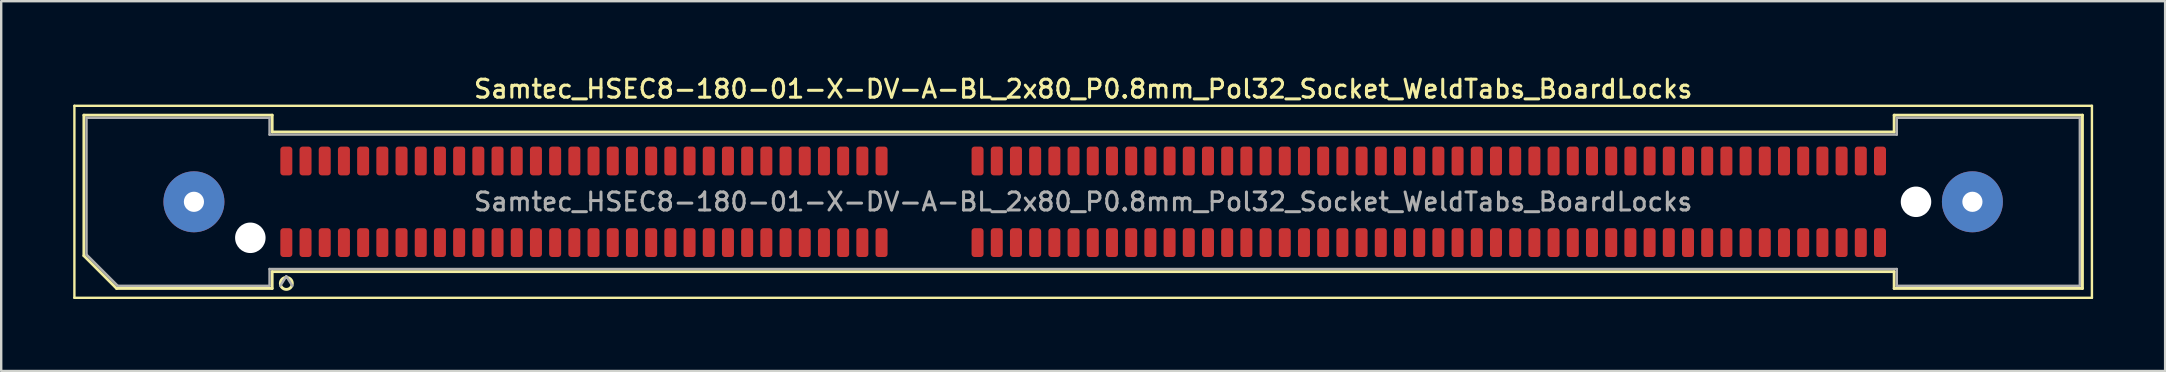
<source format=kicad_pcb>
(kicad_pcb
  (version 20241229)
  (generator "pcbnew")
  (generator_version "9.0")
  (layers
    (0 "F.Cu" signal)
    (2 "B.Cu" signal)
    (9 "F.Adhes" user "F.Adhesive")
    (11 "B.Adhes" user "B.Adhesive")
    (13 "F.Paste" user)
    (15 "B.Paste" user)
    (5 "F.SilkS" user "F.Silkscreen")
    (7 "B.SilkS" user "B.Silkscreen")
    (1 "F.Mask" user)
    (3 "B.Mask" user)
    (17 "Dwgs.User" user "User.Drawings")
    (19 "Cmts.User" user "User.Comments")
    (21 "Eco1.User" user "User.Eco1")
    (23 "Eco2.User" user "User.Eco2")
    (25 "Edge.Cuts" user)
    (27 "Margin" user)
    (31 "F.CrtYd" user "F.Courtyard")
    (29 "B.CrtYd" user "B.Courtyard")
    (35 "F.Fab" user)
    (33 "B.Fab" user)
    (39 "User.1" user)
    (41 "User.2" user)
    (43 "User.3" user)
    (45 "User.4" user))
  (footprint "Samtec_HSEC8-180-01-X-DV-A-BL_2x80_P0.8mm_Pol32_Socket_WeldTabs_BoardLocks"
    (layer "F.Cu")
    (at 42.08 5.358)
    (property "Reference" "Samtec_HSEC8-180-01-X-DV-A-BL_2x80_P0.8mm_Pol32_Socket_WeldTabs_BoardLocks" (at 0 -4.7 0) (layer "F.SilkS") (effects (font (size 0.75 0.75) (thickness 0.125))))
    (attr smd)
    (fp_line (start -42.03 -4) (end -42.03 4) (stroke (width 0.1) (type solid)) (layer "F.SilkS"))
    (fp_line (start -42.03 4) (end 42.03 4) (stroke (width 0.1) (type solid)) (layer "F.SilkS"))
    (fp_line (start -41.635 -3.61) (end -33.79 -3.61) (stroke (width 0.12) (type solid)) (layer "F.SilkS"))
    (fp_line (start -41.635 2.246) (end -41.635 -3.61) (stroke (width 0.12) (type solid)) (layer "F.SilkS"))
    (fp_line (start -40.271 3.61) (end -41.635 2.246) (stroke (width 0.12) (type solid)) (layer "F.SilkS"))
    (fp_line (start -33.79 -3.61) (end -33.79 -2.91) (stroke (width 0.12) (type solid)) (layer "F.SilkS"))
    (fp_line (start -33.79 -2.91) (end 33.79 -2.91) (stroke (width 0.12) (type solid)) (layer "F.SilkS"))
    (fp_line (start -33.79 2.91) (end -33.79 3.61) (stroke (width 0.12) (type solid)) (layer "F.SilkS"))
    (fp_line (start -33.79 3.61) (end -40.271 3.61) (stroke (width 0.12) (type solid)) (layer "F.SilkS"))
    (fp_line (start 33.79 -3.61) (end 41.635 -3.61) (stroke (width 0.12) (type solid)) (layer "F.SilkS"))
    (fp_line (start 33.79 -2.91) (end 33.79 -3.61) (stroke (width 0.12) (type solid)) (layer "F.SilkS"))
    (fp_line (start 33.79 2.91) (end -33.79 2.91) (stroke (width 0.12) (type solid)) (layer "F.SilkS"))
    (fp_line (start 33.79 3.61) (end 33.79 2.91) (stroke (width 0.12) (type solid)) (layer "F.SilkS"))
    (fp_line (start 41.635 -3.61) (end 41.635 3.61) (stroke (width 0.12) (type solid)) (layer "F.SilkS"))
    (fp_line (start 41.635 3.61) (end 33.79 3.61) (stroke (width 0.12) (type solid)) (layer "F.SilkS"))
    (fp_line (start 42.03 -4) (end -42.03 -4) (stroke (width 0.1) (type solid)) (layer "F.SilkS"))
    (fp_line (start 42.03 4) (end 42.03 -4) (stroke (width 0.1) (type solid)) (layer "F.SilkS"))
    (fp_circle (center -33.2 3.4) (end -32.95 3.4) (stroke (width 0.12) (type solid)) (fill no) (layer "F.SilkS"))
    (fp_line (start -41.525 -3.5) (end -33.9 -3.5) (stroke (width 0.1) (type solid)) (layer "F.Fab"))
    (fp_line (start -41.525 2.2) (end -41.525 -3.5) (stroke (width 0.1) (type solid)) (layer "F.Fab"))
    (fp_line (start -40.225 3.5) (end -41.525 2.2) (stroke (width 0.1) (type solid)) (layer "F.Fab"))
    (fp_line (start -33.9 -3.5) (end -33.9 -2.8) (stroke (width 0.1) (type solid)) (layer "F.Fab"))
    (fp_line (start -33.9 -2.8) (end 33.9 -2.8) (stroke (width 0.1) (type solid)) (layer "F.Fab"))
    (fp_line (start -33.9 2.8) (end -33.9 3.5) (stroke (width 0.1) (type solid)) (layer "F.Fab"))
    (fp_line (start -33.9 3.5) (end -40.225 3.5) (stroke (width 0.1) (type solid)) (layer "F.Fab"))
    (fp_line (start -33.2 3.1) (end -33.45 3.5) (stroke (width 0.1) (type solid)) (layer "F.Fab"))
    (fp_line (start -33.2 3.1) (end -32.95 3.5) (stroke (width 0.1) (type solid)) (layer "F.Fab"))
    (fp_line (start 33.9 -3.5) (end 41.525 -3.5) (stroke (width 0.1) (type solid)) (layer "F.Fab"))
    (fp_line (start 33.9 -2.8) (end 33.9 -3.5) (stroke (width 0.1) (type solid)) (layer "F.Fab"))
    (fp_line (start 33.9 2.8) (end -33.9 2.8) (stroke (width 0.1) (type solid)) (layer "F.Fab"))
    (fp_line (start 33.9 3.5) (end 33.9 2.8) (stroke (width 0.1) (type solid)) (layer "F.Fab"))
    (fp_line (start 41.525 -3.5) (end 41.525 3.5) (stroke (width 0.1) (type solid)) (layer "F.Fab"))
    (fp_line (start 41.525 3.5) (end 33.9 3.5) (stroke (width 0.1) (type solid)) (layer "F.Fab"))
    (fp_text user "${REFERENCE}" (at 0 0 0) (layer "F.Fab") (effects (font (size 0.75 0.75) (thickness 0.125))))
    (pad "" thru_hole circle (at -37.05 0) (size 2.54 2.54) (drill 0.84) (layers "*.Cu" "*.Mask" "F.Paste"))
    (pad "" np_thru_hole circle (at -34.7 1.5) (size 1.27 1.27) (drill 1.27) (layers "*.Cu" "*.Mask"))
    (pad "" np_thru_hole circle (at 34.7 0) (size 1.27 1.27) (drill 1.27) (layers "*.Cu" "*.Mask"))
    (pad "" thru_hole circle (at 37.05 0) (size 2.54 2.54) (drill 0.84) (layers "*.Cu" "*.Mask" "F.Paste"))
    (pad "1" smd roundrect (at -33.2 1.7) (size 0.5 1.2) (layers "F.Cu" "F.Mask" "F.Paste") (roundrect_rratio 0.25))
    (pad "2" smd roundrect (at -33.2 -1.7) (size 0.5 1.2) (layers "F.Cu" "F.Mask" "F.Paste") (roundrect_rratio 0.25))
    (pad "3" smd roundrect (at -32.4 1.7) (size 0.5 1.2) (layers "F.Cu" "F.Mask" "F.Paste") (roundrect_rratio 0.25))
    (pad "4" smd roundrect (at -32.4 -1.7) (size 0.5 1.2) (layers "F.Cu" "F.Mask" "F.Paste") (roundrect_rratio 0.25))
    (pad "5" smd roundrect (at -31.6 1.7) (size 0.5 1.2) (layers "F.Cu" "F.Mask" "F.Paste") (roundrect_rratio 0.25))
    (pad "6" smd roundrect (at -31.6 -1.7) (size 0.5 1.2) (layers "F.Cu" "F.Mask" "F.Paste") (roundrect_rratio 0.25))
    (pad "7" smd roundrect (at -30.8 1.7) (size 0.5 1.2) (layers "F.Cu" "F.Mask" "F.Paste") (roundrect_rratio 0.25))
    (pad "8" smd roundrect (at -30.8 -1.7) (size 0.5 1.2) (layers "F.Cu" "F.Mask" "F.Paste") (roundrect_rratio 0.25))
    (pad "9" smd roundrect (at -30 1.7) (size 0.5 1.2) (layers "F.Cu" "F.Mask" "F.Paste") (roundrect_rratio 0.25))
    (pad "10" smd roundrect (at -30 -1.7) (size 0.5 1.2) (layers "F.Cu" "F.Mask" "F.Paste") (roundrect_rratio 0.25))
    (pad "11" smd roundrect (at -29.2 1.7) (size 0.5 1.2) (layers "F.Cu" "F.Mask" "F.Paste") (roundrect_rratio 0.25))
    (pad "12" smd roundrect (at -29.2 -1.7) (size 0.5 1.2) (layers "F.Cu" "F.Mask" "F.Paste") (roundrect_rratio 0.25))
    (pad "13" smd roundrect (at -28.4 1.7) (size 0.5 1.2) (layers "F.Cu" "F.Mask" "F.Paste") (roundrect_rratio 0.25))
    (pad "14" smd roundrect (at -28.4 -1.7) (size 0.5 1.2) (layers "F.Cu" "F.Mask" "F.Paste") (roundrect_rratio 0.25))
    (pad "15" smd roundrect (at -27.6 1.7) (size 0.5 1.2) (layers "F.Cu" "F.Mask" "F.Paste") (roundrect_rratio 0.25))
    (pad "16" smd roundrect (at -27.6 -1.7) (size 0.5 1.2) (layers "F.Cu" "F.Mask" "F.Paste") (roundrect_rratio 0.25))
    (pad "17" smd roundrect (at -26.8 1.7) (size 0.5 1.2) (layers "F.Cu" "F.Mask" "F.Paste") (roundrect_rratio 0.25))
    (pad "18" smd roundrect (at -26.8 -1.7) (size 0.5 1.2) (layers "F.Cu" "F.Mask" "F.Paste") (roundrect_rratio 0.25))
    (pad "19" smd roundrect (at -26 1.7) (size 0.5 1.2) (layers "F.Cu" "F.Mask" "F.Paste") (roundrect_rratio 0.25))
    (pad "20" smd roundrect (at -26 -1.7) (size 0.5 1.2) (layers "F.Cu" "F.Mask" "F.Paste") (roundrect_rratio 0.25))
    (pad "21" smd roundrect (at -25.2 1.7) (size 0.5 1.2) (layers "F.Cu" "F.Mask" "F.Paste") (roundrect_rratio 0.25))
    (pad "22" smd roundrect (at -25.2 -1.7) (size 0.5 1.2) (layers "F.Cu" "F.Mask" "F.Paste") (roundrect_rratio 0.25))
    (pad "23" smd roundrect (at -24.4 1.7) (size 0.5 1.2) (layers "F.Cu" "F.Mask" "F.Paste") (roundrect_rratio 0.25))
    (pad "24" smd roundrect (at -24.4 -1.7) (size 0.5 1.2) (layers "F.Cu" "F.Mask" "F.Paste") (roundrect_rratio 0.25))
    (pad "25" smd roundrect (at -23.6 1.7) (size 0.5 1.2) (layers "F.Cu" "F.Mask" "F.Paste") (roundrect_rratio 0.25))
    (pad "26" smd roundrect (at -23.6 -1.7) (size 0.5 1.2) (layers "F.Cu" "F.Mask" "F.Paste") (roundrect_rratio 0.25))
    (pad "27" smd roundrect (at -22.8 1.7) (size 0.5 1.2) (layers "F.Cu" "F.Mask" "F.Paste") (roundrect_rratio 0.25))
    (pad "28" smd roundrect (at -22.8 -1.7) (size 0.5 1.2) (layers "F.Cu" "F.Mask" "F.Paste") (roundrect_rratio 0.25))
    (pad "29" smd roundrect (at -22 1.7) (size 0.5 1.2) (layers "F.Cu" "F.Mask" "F.Paste") (roundrect_rratio 0.25))
    (pad "30" smd roundrect (at -22 -1.7) (size 0.5 1.2) (layers "F.Cu" "F.Mask" "F.Paste") (roundrect_rratio 0.25))
    (pad "31" smd roundrect (at -21.2 1.7) (size 0.5 1.2) (layers "F.Cu" "F.Mask" "F.Paste") (roundrect_rratio 0.25))
    (pad "32" smd roundrect (at -21.2 -1.7) (size 0.5 1.2) (layers "F.Cu" "F.Mask" "F.Paste") (roundrect_rratio 0.25))
    (pad "33" smd roundrect (at -20.4 1.7) (size 0.5 1.2) (layers "F.Cu" "F.Mask" "F.Paste") (roundrect_rratio 0.25))
    (pad "34" smd roundrect (at -20.4 -1.7) (size 0.5 1.2) (layers "F.Cu" "F.Mask" "F.Paste") (roundrect_rratio 0.25))
    (pad "35" smd roundrect (at -19.6 1.7) (size 0.5 1.2) (layers "F.Cu" "F.Mask" "F.Paste") (roundrect_rratio 0.25))
    (pad "36" smd roundrect (at -19.6 -1.7) (size 0.5 1.2) (layers "F.Cu" "F.Mask" "F.Paste") (roundrect_rratio 0.25))
    (pad "37" smd roundrect (at -18.8 1.7) (size 0.5 1.2) (layers "F.Cu" "F.Mask" "F.Paste") (roundrect_rratio 0.25))
    (pad "38" smd roundrect (at -18.8 -1.7) (size 0.5 1.2) (layers "F.Cu" "F.Mask" "F.Paste") (roundrect_rratio 0.25))
    (pad "39" smd roundrect (at -18 1.7) (size 0.5 1.2) (layers "F.Cu" "F.Mask" "F.Paste") (roundrect_rratio 0.25))
    (pad "40" smd roundrect (at -18 -1.7) (size 0.5 1.2) (layers "F.Cu" "F.Mask" "F.Paste") (roundrect_rratio 0.25))
    (pad "41" smd roundrect (at -17.2 1.7) (size 0.5 1.2) (layers "F.Cu" "F.Mask" "F.Paste") (roundrect_rratio 0.25))
    (pad "42" smd roundrect (at -17.2 -1.7) (size 0.5 1.2) (layers "F.Cu" "F.Mask" "F.Paste") (roundrect_rratio 0.25))
    (pad "43" smd roundrect (at -16.4 1.7) (size 0.5 1.2) (layers "F.Cu" "F.Mask" "F.Paste") (roundrect_rratio 0.25))
    (pad "44" smd roundrect (at -16.4 -1.7) (size 0.5 1.2) (layers "F.Cu" "F.Mask" "F.Paste") (roundrect_rratio 0.25))
    (pad "45" smd roundrect (at -15.6 1.7) (size 0.5 1.2) (layers "F.Cu" "F.Mask" "F.Paste") (roundrect_rratio 0.25))
    (pad "46" smd roundrect (at -15.6 -1.7) (size 0.5 1.2) (layers "F.Cu" "F.Mask" "F.Paste") (roundrect_rratio 0.25))
    (pad "47" smd roundrect (at -14.8 1.7) (size 0.5 1.2) (layers "F.Cu" "F.Mask" "F.Paste") (roundrect_rratio 0.25))
    (pad "48" smd roundrect (at -14.8 -1.7) (size 0.5 1.2) (layers "F.Cu" "F.Mask" "F.Paste") (roundrect_rratio 0.25))
    (pad "49" smd roundrect (at -14 1.7) (size 0.5 1.2) (layers "F.Cu" "F.Mask" "F.Paste") (roundrect_rratio 0.25))
    (pad "50" smd roundrect (at -14 -1.7) (size 0.5 1.2) (layers "F.Cu" "F.Mask" "F.Paste") (roundrect_rratio 0.25))
    (pad "51" smd roundrect (at -13.2 1.7) (size 0.5 1.2) (layers "F.Cu" "F.Mask" "F.Paste") (roundrect_rratio 0.25))
    (pad "52" smd roundrect (at -13.2 -1.7) (size 0.5 1.2) (layers "F.Cu" "F.Mask" "F.Paste") (roundrect_rratio 0.25))
    (pad "53" smd roundrect (at -12.4 1.7) (size 0.5 1.2) (layers "F.Cu" "F.Mask" "F.Paste") (roundrect_rratio 0.25))
    (pad "54" smd roundrect (at -12.4 -1.7) (size 0.5 1.2) (layers "F.Cu" "F.Mask" "F.Paste") (roundrect_rratio 0.25))
    (pad "55" smd roundrect (at -11.6 1.7) (size 0.5 1.2) (layers "F.Cu" "F.Mask" "F.Paste") (roundrect_rratio 0.25))
    (pad "56" smd roundrect (at -11.6 -1.7) (size 0.5 1.2) (layers "F.Cu" "F.Mask" "F.Paste") (roundrect_rratio 0.25))
    (pad "57" smd roundrect (at -10.8 1.7) (size 0.5 1.2) (layers "F.Cu" "F.Mask" "F.Paste") (roundrect_rratio 0.25))
    (pad "58" smd roundrect (at -10.8 -1.7) (size 0.5 1.2) (layers "F.Cu" "F.Mask" "F.Paste") (roundrect_rratio 0.25))
    (pad "59" smd roundrect (at -10 1.7) (size 0.5 1.2) (layers "F.Cu" "F.Mask" "F.Paste") (roundrect_rratio 0.25))
    (pad "60" smd roundrect (at -10 -1.7) (size 0.5 1.2) (layers "F.Cu" "F.Mask" "F.Paste") (roundrect_rratio 0.25))
    (pad "61" smd roundrect (at -9.2 1.7) (size 0.5 1.2) (layers "F.Cu" "F.Mask" "F.Paste") (roundrect_rratio 0.25))
    (pad "62" smd roundrect (at -9.2 -1.7) (size 0.5 1.2) (layers "F.Cu" "F.Mask" "F.Paste") (roundrect_rratio 0.25))
    (pad "63" smd roundrect (at -8.4 1.7) (size 0.5 1.2) (layers "F.Cu" "F.Mask" "F.Paste") (roundrect_rratio 0.25))
    (pad "64" smd roundrect (at -8.4 -1.7) (size 0.5 1.2) (layers "F.Cu" "F.Mask" "F.Paste") (roundrect_rratio 0.25))
    (pad "65" smd roundrect (at -4.4 1.7) (size 0.5 1.2) (layers "F.Cu" "F.Mask" "F.Paste") (roundrect_rratio 0.25))
    (pad "66" smd roundrect (at -4.4 -1.7) (size 0.5 1.2) (layers "F.Cu" "F.Mask" "F.Paste") (roundrect_rratio 0.25))
    (pad "67" smd roundrect (at -3.6 1.7) (size 0.5 1.2) (layers "F.Cu" "F.Mask" "F.Paste") (roundrect_rratio 0.25))
    (pad "68" smd roundrect (at -3.6 -1.7) (size 0.5 1.2) (layers "F.Cu" "F.Mask" "F.Paste") (roundrect_rratio 0.25))
    (pad "69" smd roundrect (at -2.8 1.7) (size 0.5 1.2) (layers "F.Cu" "F.Mask" "F.Paste") (roundrect_rratio 0.25))
    (pad "70" smd roundrect (at -2.8 -1.7) (size 0.5 1.2) (layers "F.Cu" "F.Mask" "F.Paste") (roundrect_rratio 0.25))
    (pad "71" smd roundrect (at -2 1.7) (size 0.5 1.2) (layers "F.Cu" "F.Mask" "F.Paste") (roundrect_rratio 0.25))
    (pad "72" smd roundrect (at -2 -1.7) (size 0.5 1.2) (layers "F.Cu" "F.Mask" "F.Paste") (roundrect_rratio 0.25))
    (pad "73" smd roundrect (at -1.2 1.7) (size 0.5 1.2) (layers "F.Cu" "F.Mask" "F.Paste") (roundrect_rratio 0.25))
    (pad "74" smd roundrect (at -1.2 -1.7) (size 0.5 1.2) (layers "F.Cu" "F.Mask" "F.Paste") (roundrect_rratio 0.25))
    (pad "75" smd roundrect (at -0.4 1.7) (size 0.5 1.2) (layers "F.Cu" "F.Mask" "F.Paste") (roundrect_rratio 0.25))
    (pad "76" smd roundrect (at -0.4 -1.7) (size 0.5 1.2) (layers "F.Cu" "F.Mask" "F.Paste") (roundrect_rratio 0.25))
    (pad "77" smd roundrect (at 0.4 1.7) (size 0.5 1.2) (layers "F.Cu" "F.Mask" "F.Paste") (roundrect_rratio 0.25))
    (pad "78" smd roundrect (at 0.4 -1.7) (size 0.5 1.2) (layers "F.Cu" "F.Mask" "F.Paste") (roundrect_rratio 0.25))
    (pad "79" smd roundrect (at 1.2 1.7) (size 0.5 1.2) (layers "F.Cu" "F.Mask" "F.Paste") (roundrect_rratio 0.25))
    (pad "80" smd roundrect (at 1.2 -1.7) (size 0.5 1.2) (layers "F.Cu" "F.Mask" "F.Paste") (roundrect_rratio 0.25))
    (pad "81" smd roundrect (at 2 1.7) (size 0.5 1.2) (layers "F.Cu" "F.Mask" "F.Paste") (roundrect_rratio 0.25))
    (pad "82" smd roundrect (at 2 -1.7) (size 0.5 1.2) (layers "F.Cu" "F.Mask" "F.Paste") (roundrect_rratio 0.25))
    (pad "83" smd roundrect (at 2.8 1.7) (size 0.5 1.2) (layers "F.Cu" "F.Mask" "F.Paste") (roundrect_rratio 0.25))
    (pad "84" smd roundrect (at 2.8 -1.7) (size 0.5 1.2) (layers "F.Cu" "F.Mask" "F.Paste") (roundrect_rratio 0.25))
    (pad "85" smd roundrect (at 3.6 1.7) (size 0.5 1.2) (layers "F.Cu" "F.Mask" "F.Paste") (roundrect_rratio 0.25))
    (pad "86" smd roundrect (at 3.6 -1.7) (size 0.5 1.2) (layers "F.Cu" "F.Mask" "F.Paste") (roundrect_rratio 0.25))
    (pad "87" smd roundrect (at 4.4 1.7) (size 0.5 1.2) (layers "F.Cu" "F.Mask" "F.Paste") (roundrect_rratio 0.25))
    (pad "88" smd roundrect (at 4.4 -1.7) (size 0.5 1.2) (layers "F.Cu" "F.Mask" "F.Paste") (roundrect_rratio 0.25))
    (pad "89" smd roundrect (at 5.2 1.7) (size 0.5 1.2) (layers "F.Cu" "F.Mask" "F.Paste") (roundrect_rratio 0.25))
    (pad "90" smd roundrect (at 5.2 -1.7) (size 0.5 1.2) (layers "F.Cu" "F.Mask" "F.Paste") (roundrect_rratio 0.25))
    (pad "91" smd roundrect (at 6 1.7) (size 0.5 1.2) (layers "F.Cu" "F.Mask" "F.Paste") (roundrect_rratio 0.25))
    (pad "92" smd roundrect (at 6 -1.7) (size 0.5 1.2) (layers "F.Cu" "F.Mask" "F.Paste") (roundrect_rratio 0.25))
    (pad "93" smd roundrect (at 6.8 1.7) (size 0.5 1.2) (layers "F.Cu" "F.Mask" "F.Paste") (roundrect_rratio 0.25))
    (pad "94" smd roundrect (at 6.8 -1.7) (size 0.5 1.2) (layers "F.Cu" "F.Mask" "F.Paste") (roundrect_rratio 0.25))
    (pad "95" smd roundrect (at 7.6 1.7) (size 0.5 1.2) (layers "F.Cu" "F.Mask" "F.Paste") (roundrect_rratio 0.25))
    (pad "96" smd roundrect (at 7.6 -1.7) (size 0.5 1.2) (layers "F.Cu" "F.Mask" "F.Paste") (roundrect_rratio 0.25))
    (pad "97" smd roundrect (at 8.4 1.7) (size 0.5 1.2) (layers "F.Cu" "F.Mask" "F.Paste") (roundrect_rratio 0.25))
    (pad "98" smd roundrect (at 8.4 -1.7) (size 0.5 1.2) (layers "F.Cu" "F.Mask" "F.Paste") (roundrect_rratio 0.25))
    (pad "99" smd roundrect (at 9.2 1.7) (size 0.5 1.2) (layers "F.Cu" "F.Mask" "F.Paste") (roundrect_rratio 0.25))
    (pad "100" smd roundrect (at 9.2 -1.7) (size 0.5 1.2) (layers "F.Cu" "F.Mask" "F.Paste") (roundrect_rratio 0.25))
    (pad "101" smd roundrect (at 10 1.7) (size 0.5 1.2) (layers "F.Cu" "F.Mask" "F.Paste") (roundrect_rratio 0.25))
    (pad "102" smd roundrect (at 10 -1.7) (size 0.5 1.2) (layers "F.Cu" "F.Mask" "F.Paste") (roundrect_rratio 0.25))
    (pad "103" smd roundrect (at 10.8 1.7) (size 0.5 1.2) (layers "F.Cu" "F.Mask" "F.Paste") (roundrect_rratio 0.25))
    (pad "104" smd roundrect (at 10.8 -1.7) (size 0.5 1.2) (layers "F.Cu" "F.Mask" "F.Paste") (roundrect_rratio 0.25))
    (pad "105" smd roundrect (at 11.6 1.7) (size 0.5 1.2) (layers "F.Cu" "F.Mask" "F.Paste") (roundrect_rratio 0.25))
    (pad "106" smd roundrect (at 11.6 -1.7) (size 0.5 1.2) (layers "F.Cu" "F.Mask" "F.Paste") (roundrect_rratio 0.25))
    (pad "107" smd roundrect (at 12.4 1.7) (size 0.5 1.2) (layers "F.Cu" "F.Mask" "F.Paste") (roundrect_rratio 0.25))
    (pad "108" smd roundrect (at 12.4 -1.7) (size 0.5 1.2) (layers "F.Cu" "F.Mask" "F.Paste") (roundrect_rratio 0.25))
    (pad "109" smd roundrect (at 13.2 1.7) (size 0.5 1.2) (layers "F.Cu" "F.Mask" "F.Paste") (roundrect_rratio 0.25))
    (pad "110" smd roundrect (at 13.2 -1.7) (size 0.5 1.2) (layers "F.Cu" "F.Mask" "F.Paste") (roundrect_rratio 0.25))
    (pad "111" smd roundrect (at 14 1.7) (size 0.5 1.2) (layers "F.Cu" "F.Mask" "F.Paste") (roundrect_rratio 0.25))
    (pad "112" smd roundrect (at 14 -1.7) (size 0.5 1.2) (layers "F.Cu" "F.Mask" "F.Paste") (roundrect_rratio 0.25))
    (pad "113" smd roundrect (at 14.8 1.7) (size 0.5 1.2) (layers "F.Cu" "F.Mask" "F.Paste") (roundrect_rratio 0.25))
    (pad "114" smd roundrect (at 14.8 -1.7) (size 0.5 1.2) (layers "F.Cu" "F.Mask" "F.Paste") (roundrect_rratio 0.25))
    (pad "115" smd roundrect (at 15.6 1.7) (size 0.5 1.2) (layers "F.Cu" "F.Mask" "F.Paste") (roundrect_rratio 0.25))
    (pad "116" smd roundrect (at 15.6 -1.7) (size 0.5 1.2) (layers "F.Cu" "F.Mask" "F.Paste") (roundrect_rratio 0.25))
    (pad "117" smd roundrect (at 16.4 1.7) (size 0.5 1.2) (layers "F.Cu" "F.Mask" "F.Paste") (roundrect_rratio 0.25))
    (pad "118" smd roundrect (at 16.4 -1.7) (size 0.5 1.2) (layers "F.Cu" "F.Mask" "F.Paste") (roundrect_rratio 0.25))
    (pad "119" smd roundrect (at 17.2 1.7) (size 0.5 1.2) (layers "F.Cu" "F.Mask" "F.Paste") (roundrect_rratio 0.25))
    (pad "120" smd roundrect (at 17.2 -1.7) (size 0.5 1.2) (layers "F.Cu" "F.Mask" "F.Paste") (roundrect_rratio 0.25))
    (pad "121" smd roundrect (at 18 1.7) (size 0.5 1.2) (layers "F.Cu" "F.Mask" "F.Paste") (roundrect_rratio 0.25))
    (pad "122" smd roundrect (at 18 -1.7) (size 0.5 1.2) (layers "F.Cu" "F.Mask" "F.Paste") (roundrect_rratio 0.25))
    (pad "123" smd roundrect (at 18.8 1.7) (size 0.5 1.2) (layers "F.Cu" "F.Mask" "F.Paste") (roundrect_rratio 0.25))
    (pad "124" smd roundrect (at 18.8 -1.7) (size 0.5 1.2) (layers "F.Cu" "F.Mask" "F.Paste") (roundrect_rratio 0.25))
    (pad "125" smd roundrect (at 19.6 1.7) (size 0.5 1.2) (layers "F.Cu" "F.Mask" "F.Paste") (roundrect_rratio 0.25))
    (pad "126" smd roundrect (at 19.6 -1.7) (size 0.5 1.2) (layers "F.Cu" "F.Mask" "F.Paste") (roundrect_rratio 0.25))
    (pad "127" smd roundrect (at 20.4 1.7) (size 0.5 1.2) (layers "F.Cu" "F.Mask" "F.Paste") (roundrect_rratio 0.25))
    (pad "128" smd roundrect (at 20.4 -1.7) (size 0.5 1.2) (layers "F.Cu" "F.Mask" "F.Paste") (roundrect_rratio 0.25))
    (pad "129" smd roundrect (at 21.2 1.7) (size 0.5 1.2) (layers "F.Cu" "F.Mask" "F.Paste") (roundrect_rratio 0.25))
    (pad "130" smd roundrect (at 21.2 -1.7) (size 0.5 1.2) (layers "F.Cu" "F.Mask" "F.Paste") (roundrect_rratio 0.25))
    (pad "131" smd roundrect (at 22 1.7) (size 0.5 1.2) (layers "F.Cu" "F.Mask" "F.Paste") (roundrect_rratio 0.25))
    (pad "132" smd roundrect (at 22 -1.7) (size 0.5 1.2) (layers "F.Cu" "F.Mask" "F.Paste") (roundrect_rratio 0.25))
    (pad "133" smd roundrect (at 22.8 1.7) (size 0.5 1.2) (layers "F.Cu" "F.Mask" "F.Paste") (roundrect_rratio 0.25))
    (pad "134" smd roundrect (at 22.8 -1.7) (size 0.5 1.2) (layers "F.Cu" "F.Mask" "F.Paste") (roundrect_rratio 0.25))
    (pad "135" smd roundrect (at 23.6 1.7) (size 0.5 1.2) (layers "F.Cu" "F.Mask" "F.Paste") (roundrect_rratio 0.25))
    (pad "136" smd roundrect (at 23.6 -1.7) (size 0.5 1.2) (layers "F.Cu" "F.Mask" "F.Paste") (roundrect_rratio 0.25))
    (pad "137" smd roundrect (at 24.4 1.7) (size 0.5 1.2) (layers "F.Cu" "F.Mask" "F.Paste") (roundrect_rratio 0.25))
    (pad "138" smd roundrect (at 24.4 -1.7) (size 0.5 1.2) (layers "F.Cu" "F.Mask" "F.Paste") (roundrect_rratio 0.25))
    (pad "139" smd roundrect (at 25.2 1.7) (size 0.5 1.2) (layers "F.Cu" "F.Mask" "F.Paste") (roundrect_rratio 0.25))
    (pad "140" smd roundrect (at 25.2 -1.7) (size 0.5 1.2) (layers "F.Cu" "F.Mask" "F.Paste") (roundrect_rratio 0.25))
    (pad "141" smd roundrect (at 26 1.7) (size 0.5 1.2) (layers "F.Cu" "F.Mask" "F.Paste") (roundrect_rratio 0.25))
    (pad "142" smd roundrect (at 26 -1.7) (size 0.5 1.2) (layers "F.Cu" "F.Mask" "F.Paste") (roundrect_rratio 0.25))
    (pad "143" smd roundrect (at 26.8 1.7) (size 0.5 1.2) (layers "F.Cu" "F.Mask" "F.Paste") (roundrect_rratio 0.25))
    (pad "144" smd roundrect (at 26.8 -1.7) (size 0.5 1.2) (layers "F.Cu" "F.Mask" "F.Paste") (roundrect_rratio 0.25))
    (pad "145" smd roundrect (at 27.6 1.7) (size 0.5 1.2) (layers "F.Cu" "F.Mask" "F.Paste") (roundrect_rratio 0.25))
    (pad "146" smd roundrect (at 27.6 -1.7) (size 0.5 1.2) (layers "F.Cu" "F.Mask" "F.Paste") (roundrect_rratio 0.25))
    (pad "147" smd roundrect (at 28.4 1.7) (size 0.5 1.2) (layers "F.Cu" "F.Mask" "F.Paste") (roundrect_rratio 0.25))
    (pad "148" smd roundrect (at 28.4 -1.7) (size 0.5 1.2) (layers "F.Cu" "F.Mask" "F.Paste") (roundrect_rratio 0.25))
    (pad "149" smd roundrect (at 29.2 1.7) (size 0.5 1.2) (layers "F.Cu" "F.Mask" "F.Paste") (roundrect_rratio 0.25))
    (pad "150" smd roundrect (at 29.2 -1.7) (size 0.5 1.2) (layers "F.Cu" "F.Mask" "F.Paste") (roundrect_rratio 0.25))
    (pad "151" smd roundrect (at 30 1.7) (size 0.5 1.2) (layers "F.Cu" "F.Mask" "F.Paste") (roundrect_rratio 0.25))
    (pad "152" smd roundrect (at 30 -1.7) (size 0.5 1.2) (layers "F.Cu" "F.Mask" "F.Paste") (roundrect_rratio 0.25))
    (pad "153" smd roundrect (at 30.8 1.7) (size 0.5 1.2) (layers "F.Cu" "F.Mask" "F.Paste") (roundrect_rratio 0.25))
    (pad "154" smd roundrect (at 30.8 -1.7) (size 0.5 1.2) (layers "F.Cu" "F.Mask" "F.Paste") (roundrect_rratio 0.25))
    (pad "155" smd roundrect (at 31.6 1.7) (size 0.5 1.2) (layers "F.Cu" "F.Mask" "F.Paste") (roundrect_rratio 0.25))
    (pad "156" smd roundrect (at 31.6 -1.7) (size 0.5 1.2) (layers "F.Cu" "F.Mask" "F.Paste") (roundrect_rratio 0.25))
    (pad "157" smd roundrect (at 32.4 1.7) (size 0.5 1.2) (layers "F.Cu" "F.Mask" "F.Paste") (roundrect_rratio 0.25))
    (pad "158" smd roundrect (at 32.4 -1.7) (size 0.5 1.2) (layers "F.Cu" "F.Mask" "F.Paste") (roundrect_rratio 0.25))
    (pad "159" smd roundrect (at 33.2 1.7) (size 0.5 1.2) (layers "F.Cu" "F.Mask" "F.Paste") (roundrect_rratio 0.25))
    (pad "160" smd roundrect (at 33.2 -1.7) (size 0.5 1.2) (layers "F.Cu" "F.Mask" "F.Paste") (roundrect_rratio 0.25)))
  (gr_rect
    (start -3 -3)
    (end 87.16 12.408)
    (stroke (width 0.1) (type default))
    (fill no)
    (layer "Edge.Cuts")))
</source>
